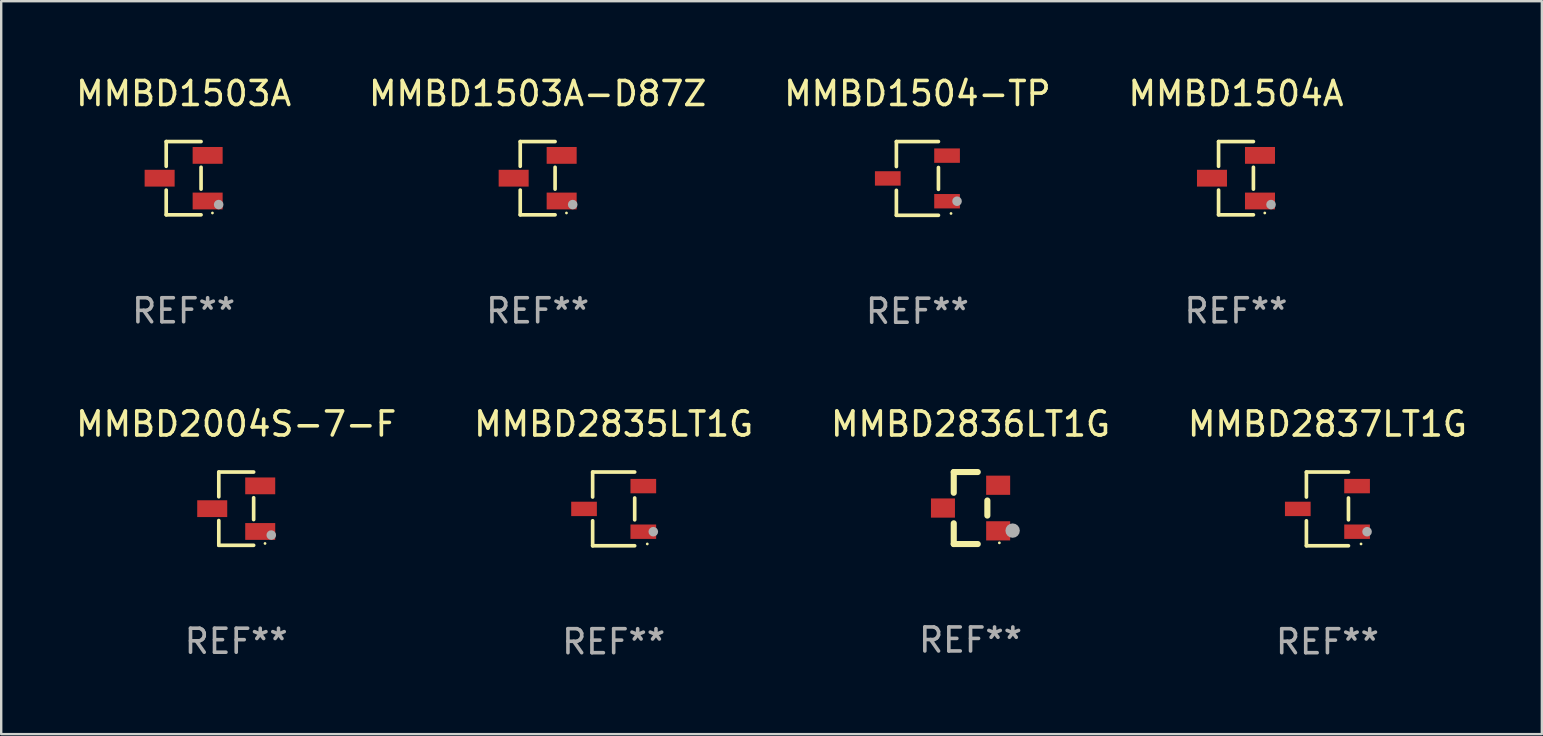
<source format=kicad_pcb>
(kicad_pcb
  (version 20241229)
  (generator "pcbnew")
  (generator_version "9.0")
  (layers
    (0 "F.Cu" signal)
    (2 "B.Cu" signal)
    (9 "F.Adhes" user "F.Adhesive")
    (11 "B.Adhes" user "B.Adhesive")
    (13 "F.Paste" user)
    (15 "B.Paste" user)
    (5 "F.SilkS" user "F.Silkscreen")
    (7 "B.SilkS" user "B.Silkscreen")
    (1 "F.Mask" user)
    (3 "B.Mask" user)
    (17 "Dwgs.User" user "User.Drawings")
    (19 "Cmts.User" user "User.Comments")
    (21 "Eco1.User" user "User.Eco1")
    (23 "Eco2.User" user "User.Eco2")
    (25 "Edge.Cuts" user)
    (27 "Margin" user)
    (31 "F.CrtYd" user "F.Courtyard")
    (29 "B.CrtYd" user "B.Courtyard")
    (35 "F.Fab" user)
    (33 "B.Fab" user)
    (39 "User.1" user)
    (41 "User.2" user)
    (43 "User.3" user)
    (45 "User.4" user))
  (footprint "MMBD2837LT1G"
    (layer "F.Cu")
    (at 52.256 18.153)
    (property "Reference" "MMBD2837LT1G" (at 0 -3.536 0) (layer "F.SilkS") (effects (font (size 1 1) (thickness 0.15))))
    (attr through_hole)
    (fp_line (start -0.876 -1.536) (end -0.876 -0.495) (stroke (width 0.152) (type solid)) (layer "F.SilkS"))
    (fp_line (start -0.876 1.536) (end -0.876 0.495) (stroke (width 0.152) (type solid)) (layer "F.SilkS"))
    (fp_line (start 0.876 -1.536) (end -0.876 -1.536) (stroke (width 0.152) (type solid)) (layer "F.SilkS"))
    (fp_line (start 0.876 -0.455) (end 0.876 0.455) (stroke (width 0.152) (type solid)) (layer "F.SilkS"))
    (fp_line (start 0.876 1.536) (end -0.876 1.536) (stroke (width 0.152) (type solid)) (layer "F.SilkS"))
    (fp_circle (center 1.4 1.46) (end 1.43 1.46) (stroke (width 0.06) (type solid)) (fill no) (layer "F.SilkS"))
    (fp_circle (center 1.651 0.95) (end 1.751 0.95) (stroke (width 0.2) (type solid)) (fill no) (layer "F.Fab"))
    (fp_text user "REF**" (at 0 5.536 0) (layer "F.Fab") (effects (font (size 1 1) (thickness 0.15))))
    (pad "1" smd rect (at 1.235 0.95) (size 1.07 0.6) (layers "F.Cu" "F.Mask" "F.Paste"))
    (pad "2" smd rect (at 1.235 -0.95) (size 1.07 0.6) (layers "F.Cu" "F.Mask" "F.Paste"))
    (pad "3" smd rect (at -1.235 0) (size 1.07 0.6) (layers "F.Cu" "F.Mask" "F.Paste")))
  (footprint "MMBD2836LT1G"
    (layer "F.Cu")
    (at 37.387 18.117)
    (property "Reference" "MMBD2836LT1G" (at 0 -3.5 0) (layer "F.SilkS") (effects (font (size 1 1) (thickness 0.15))))
    (attr through_hole)
    (fp_line (start -0.7 -1.5) (end 0.3 -1.5) (stroke (width 0.254) (type solid)) (layer "F.SilkS"))
    (fp_line (start -0.7 -0.636) (end -0.7 -1.5) (stroke (width 0.254) (type solid)) (layer "F.SilkS"))
    (fp_line (start -0.7 1.5) (end -0.7 0.636) (stroke (width 0.254) (type solid)) (layer "F.SilkS"))
    (fp_line (start -0.7 1.5) (end 0.3 1.5) (stroke (width 0.254) (type solid)) (layer "F.SilkS"))
    (fp_line (start 0.7 0.314) (end 0.7 -0.314) (stroke (width 0.254) (type solid)) (layer "F.SilkS"))
    (fp_circle (center 1.2 1.45) (end 1.23 1.45) (stroke (width 0.06) (type solid)) (fill no) (layer "F.SilkS"))
    (fp_circle (center 1.753 0.94) (end 1.903 0.94) (stroke (width 0.3) (type solid)) (fill no) (layer "F.Fab"))
    (fp_text user "REF**" (at 0 5.5 0) (layer "F.Fab") (effects (font (size 1 1) (thickness 0.15))))
    (pad "1" smd rect (at 1.15 0.95 180) (size 1 0.8) (layers "F.Cu" "F.Mask" "F.Paste"))
    (pad "2" smd rect (at 1.15 -0.95 180) (size 1 0.8) (layers "F.Cu" "F.Mask" "F.Paste"))
    (pad "3" smd rect (at -1.15 -0.000051 180) (size 1 0.8) (layers "F.Cu" "F.Mask" "F.Paste")))
  (footprint "MMBD2004S-7-F"
    (layer "F.Cu")
    (at 6.792 18.143)
    (property "Reference" "MMBD2004S-7-F" (at 0 -3.526 0) (layer "F.SilkS") (effects (font (size 1 1) (thickness 0.15))))
    (attr through_hole)
    (fp_line (start -0.726 -1.526) (end -0.726 -0.495) (stroke (width 0.152) (type solid)) (layer "F.SilkS"))
    (fp_line (start -0.726 1.526) (end -0.726 0.495) (stroke (width 0.152) (type solid)) (layer "F.SilkS"))
    (fp_line (start 0.726 -1.526) (end -0.726 -1.526) (stroke (width 0.152) (type solid)) (layer "F.SilkS"))
    (fp_line (start 0.726 -0.455) (end 0.726 0.455) (stroke (width 0.152) (type solid)) (layer "F.SilkS"))
    (fp_line (start 0.726 1.526) (end -0.726 1.526) (stroke (width 0.152) (type solid)) (layer "F.SilkS"))
    (fp_circle (center 1.2 1.45) (end 1.23 1.45) (stroke (width 0.06) (type solid)) (fill no) (layer "F.SilkS"))
    (fp_circle (center 1.46 1.1) (end 1.56 1.1) (stroke (width 0.2) (type solid)) (fill no) (layer "F.Fab"))
    (fp_text user "REF**" (at 0 5.526 0) (layer "F.Fab") (effects (font (size 1 1) (thickness 0.15))))
    (pad "1" smd rect (at 1 0.95) (size 1.25 0.7) (layers "F.Cu" "F.Mask" "F.Paste"))
    (pad "2" smd rect (at 1 -0.95) (size 1.25 0.7) (layers "F.Cu" "F.Mask" "F.Paste"))
    (pad "3" smd rect (at -1 0) (size 1.25 0.7) (layers "F.Cu" "F.Mask" "F.Paste")))
  (footprint "MMBD2835LT1G"
    (layer "F.Cu")
    (at 22.518 18.153)
    (property "Reference" "MMBD2835LT1G" (at 0 -3.536 0) (layer "F.SilkS") (effects (font (size 1 1) (thickness 0.15))))
    (attr through_hole)
    (fp_line (start -0.876 -1.536) (end -0.876 -0.495) (stroke (width 0.152) (type solid)) (layer "F.SilkS"))
    (fp_line (start -0.876 1.536) (end -0.876 0.495) (stroke (width 0.152) (type solid)) (layer "F.SilkS"))
    (fp_line (start 0.876 -1.536) (end -0.876 -1.536) (stroke (width 0.152) (type solid)) (layer "F.SilkS"))
    (fp_line (start 0.876 -0.455) (end 0.876 0.455) (stroke (width 0.152) (type solid)) (layer "F.SilkS"))
    (fp_line (start 0.876 1.536) (end -0.876 1.536) (stroke (width 0.152) (type solid)) (layer "F.SilkS"))
    (fp_circle (center 1.4 1.46) (end 1.43 1.46) (stroke (width 0.06) (type solid)) (fill no) (layer "F.SilkS"))
    (fp_circle (center 1.651 0.95) (end 1.751 0.95) (stroke (width 0.2) (type solid)) (fill no) (layer "F.Fab"))
    (fp_text user "REF**" (at 0 5.536 0) (layer "F.Fab") (effects (font (size 1 1) (thickness 0.15))))
    (pad "1" smd rect (at 1.235 0.95) (size 1.07 0.6) (layers "F.Cu" "F.Mask" "F.Paste"))
    (pad "2" smd rect (at 1.235 -0.95) (size 1.07 0.6) (layers "F.Cu" "F.Mask" "F.Paste"))
    (pad "3" smd rect (at -1.235 0) (size 1.07 0.6) (layers "F.Cu" "F.Mask" "F.Paste")))
  (footprint "MMBD1504-TP"
    (layer "F.Cu")
    (at 35.173 4.384)
    (property "Reference" "MMBD1504-TP" (at 0 -3.536 0) (layer "F.SilkS") (effects (font (size 1 1) (thickness 0.15))))
    (attr through_hole)
    (fp_line (start -0.876 -1.536) (end -0.876 -0.495) (stroke (width 0.152) (type solid)) (layer "F.SilkS"))
    (fp_line (start -0.876 1.536) (end -0.876 0.495) (stroke (width 0.152) (type solid)) (layer "F.SilkS"))
    (fp_line (start 0.876 -1.536) (end -0.876 -1.536) (stroke (width 0.152) (type solid)) (layer "F.SilkS"))
    (fp_line (start 0.876 -0.455) (end 0.876 0.455) (stroke (width 0.152) (type solid)) (layer "F.SilkS"))
    (fp_line (start 0.876 1.536) (end -0.876 1.536) (stroke (width 0.152) (type solid)) (layer "F.SilkS"))
    (fp_circle (center 1.4 1.46) (end 1.43 1.46) (stroke (width 0.06) (type solid)) (fill no) (layer "F.SilkS"))
    (fp_circle (center 1.651 0.95) (end 1.751 0.95) (stroke (width 0.2) (type solid)) (fill no) (layer "F.Fab"))
    (fp_text user "REF**" (at 0 5.536 0) (layer "F.Fab") (effects (font (size 1 1) (thickness 0.15))))
    (pad "1" smd rect (at 1.235 0.95) (size 1.07 0.6) (layers "F.Cu" "F.Mask" "F.Paste"))
    (pad "2" smd rect (at 1.235 -0.95) (size 1.07 0.6) (layers "F.Cu" "F.Mask" "F.Paste"))
    (pad "3" smd rect (at -1.235 0) (size 1.07 0.6) (layers "F.Cu" "F.Mask" "F.Paste")))
  (footprint "MMBD1504A"
    (layer "F.Cu")
    (at 48.446 4.374)
    (property "Reference" "MMBD1504A" (at 0 -3.526 0) (layer "F.SilkS") (effects (font (size 1 1) (thickness 0.15))))
    (attr through_hole)
    (fp_line (start -0.726 -1.526) (end -0.726 -0.495) (stroke (width 0.152) (type solid)) (layer "F.SilkS"))
    (fp_line (start -0.726 1.526) (end -0.726 0.495) (stroke (width 0.152) (type solid)) (layer "F.SilkS"))
    (fp_line (start 0.726 -1.526) (end -0.726 -1.526) (stroke (width 0.152) (type solid)) (layer "F.SilkS"))
    (fp_line (start 0.726 -0.455) (end 0.726 0.455) (stroke (width 0.152) (type solid)) (layer "F.SilkS"))
    (fp_line (start 0.726 1.526) (end -0.726 1.526) (stroke (width 0.152) (type solid)) (layer "F.SilkS"))
    (fp_circle (center 1.2 1.45) (end 1.23 1.45) (stroke (width 0.06) (type solid)) (fill no) (layer "F.SilkS"))
    (fp_circle (center 1.46 1.1) (end 1.56 1.1) (stroke (width 0.2) (type solid)) (fill no) (layer "F.Fab"))
    (fp_text user "REF**" (at 0 5.526 0) (layer "F.Fab") (effects (font (size 1 1) (thickness 0.15))))
    (pad "1" smd rect (at 1 0.95) (size 1.25 0.7) (layers "F.Cu" "F.Mask" "F.Paste"))
    (pad "2" smd rect (at 1 -0.95) (size 1.25 0.7) (layers "F.Cu" "F.Mask" "F.Paste"))
    (pad "3" smd rect (at -1 0) (size 1.25 0.7) (layers "F.Cu" "F.Mask" "F.Paste")))
  (footprint "MMBD1503A-D87Z"
    (layer "F.Cu")
    (at 19.351 4.374)
    (property "Reference" "MMBD1503A-D87Z" (at 0 -3.526 0) (layer "F.SilkS") (effects (font (size 1 1) (thickness 0.15))))
    (attr through_hole)
    (fp_line (start -0.726 -1.526) (end -0.726 -0.495) (stroke (width 0.152) (type solid)) (layer "F.SilkS"))
    (fp_line (start -0.726 1.526) (end -0.726 0.495) (stroke (width 0.152) (type solid)) (layer "F.SilkS"))
    (fp_line (start 0.726 -1.526) (end -0.726 -1.526) (stroke (width 0.152) (type solid)) (layer "F.SilkS"))
    (fp_line (start 0.726 -0.455) (end 0.726 0.455) (stroke (width 0.152) (type solid)) (layer "F.SilkS"))
    (fp_line (start 0.726 1.526) (end -0.726 1.526) (stroke (width 0.152) (type solid)) (layer "F.SilkS"))
    (fp_circle (center 1.2 1.45) (end 1.23 1.45) (stroke (width 0.06) (type solid)) (fill no) (layer "F.SilkS"))
    (fp_circle (center 1.46 1.1) (end 1.56 1.1) (stroke (width 0.2) (type solid)) (fill no) (layer "F.Fab"))
    (fp_text user "REF**" (at 0 5.526 0) (layer "F.Fab") (effects (font (size 1 1) (thickness 0.15))))
    (pad "1" smd rect (at 1 0.95) (size 1.25 0.7) (layers "F.Cu" "F.Mask" "F.Paste"))
    (pad "2" smd rect (at 1 -0.95) (size 1.25 0.7) (layers "F.Cu" "F.Mask" "F.Paste"))
    (pad "3" smd rect (at -1 0) (size 1.25 0.7) (layers "F.Cu" "F.Mask" "F.Paste")))
  (footprint "MMBD1503A"
    (layer "F.Cu")
    (at 4.601 4.374)
    (property "Reference" "MMBD1503A" (at 0 -3.526 0) (layer "F.SilkS") (effects (font (size 1 1) (thickness 0.15))))
    (attr through_hole)
    (fp_line (start -0.726 -1.526) (end -0.726 -0.495) (stroke (width 0.152) (type solid)) (layer "F.SilkS"))
    (fp_line (start -0.726 1.526) (end -0.726 0.495) (stroke (width 0.152) (type solid)) (layer "F.SilkS"))
    (fp_line (start 0.726 -1.526) (end -0.726 -1.526) (stroke (width 0.152) (type solid)) (layer "F.SilkS"))
    (fp_line (start 0.726 -0.455) (end 0.726 0.455) (stroke (width 0.152) (type solid)) (layer "F.SilkS"))
    (fp_line (start 0.726 1.526) (end -0.726 1.526) (stroke (width 0.152) (type solid)) (layer "F.SilkS"))
    (fp_circle (center 1.2 1.45) (end 1.23 1.45) (stroke (width 0.06) (type solid)) (fill no) (layer "F.SilkS"))
    (fp_circle (center 1.46 1.1) (end 1.56 1.1) (stroke (width 0.2) (type solid)) (fill no) (layer "F.Fab"))
    (fp_text user "REF**" (at 0 5.526 0) (layer "F.Fab") (effects (font (size 1 1) (thickness 0.15))))
    (pad "1" smd rect (at 1 0.95) (size 1.25 0.7) (layers "F.Cu" "F.Mask" "F.Paste"))
    (pad "2" smd rect (at 1 -0.95) (size 1.25 0.7) (layers "F.Cu" "F.Mask" "F.Paste"))
    (pad "3" smd rect (at -1 0) (size 1.25 0.7) (layers "F.Cu" "F.Mask" "F.Paste")))
  (gr_rect
    (start -3 -3)
    (end 61.19 27.538)
    (stroke (width 0.1) (type default))
    (fill no)
    (layer "Edge.Cuts")))
</source>
